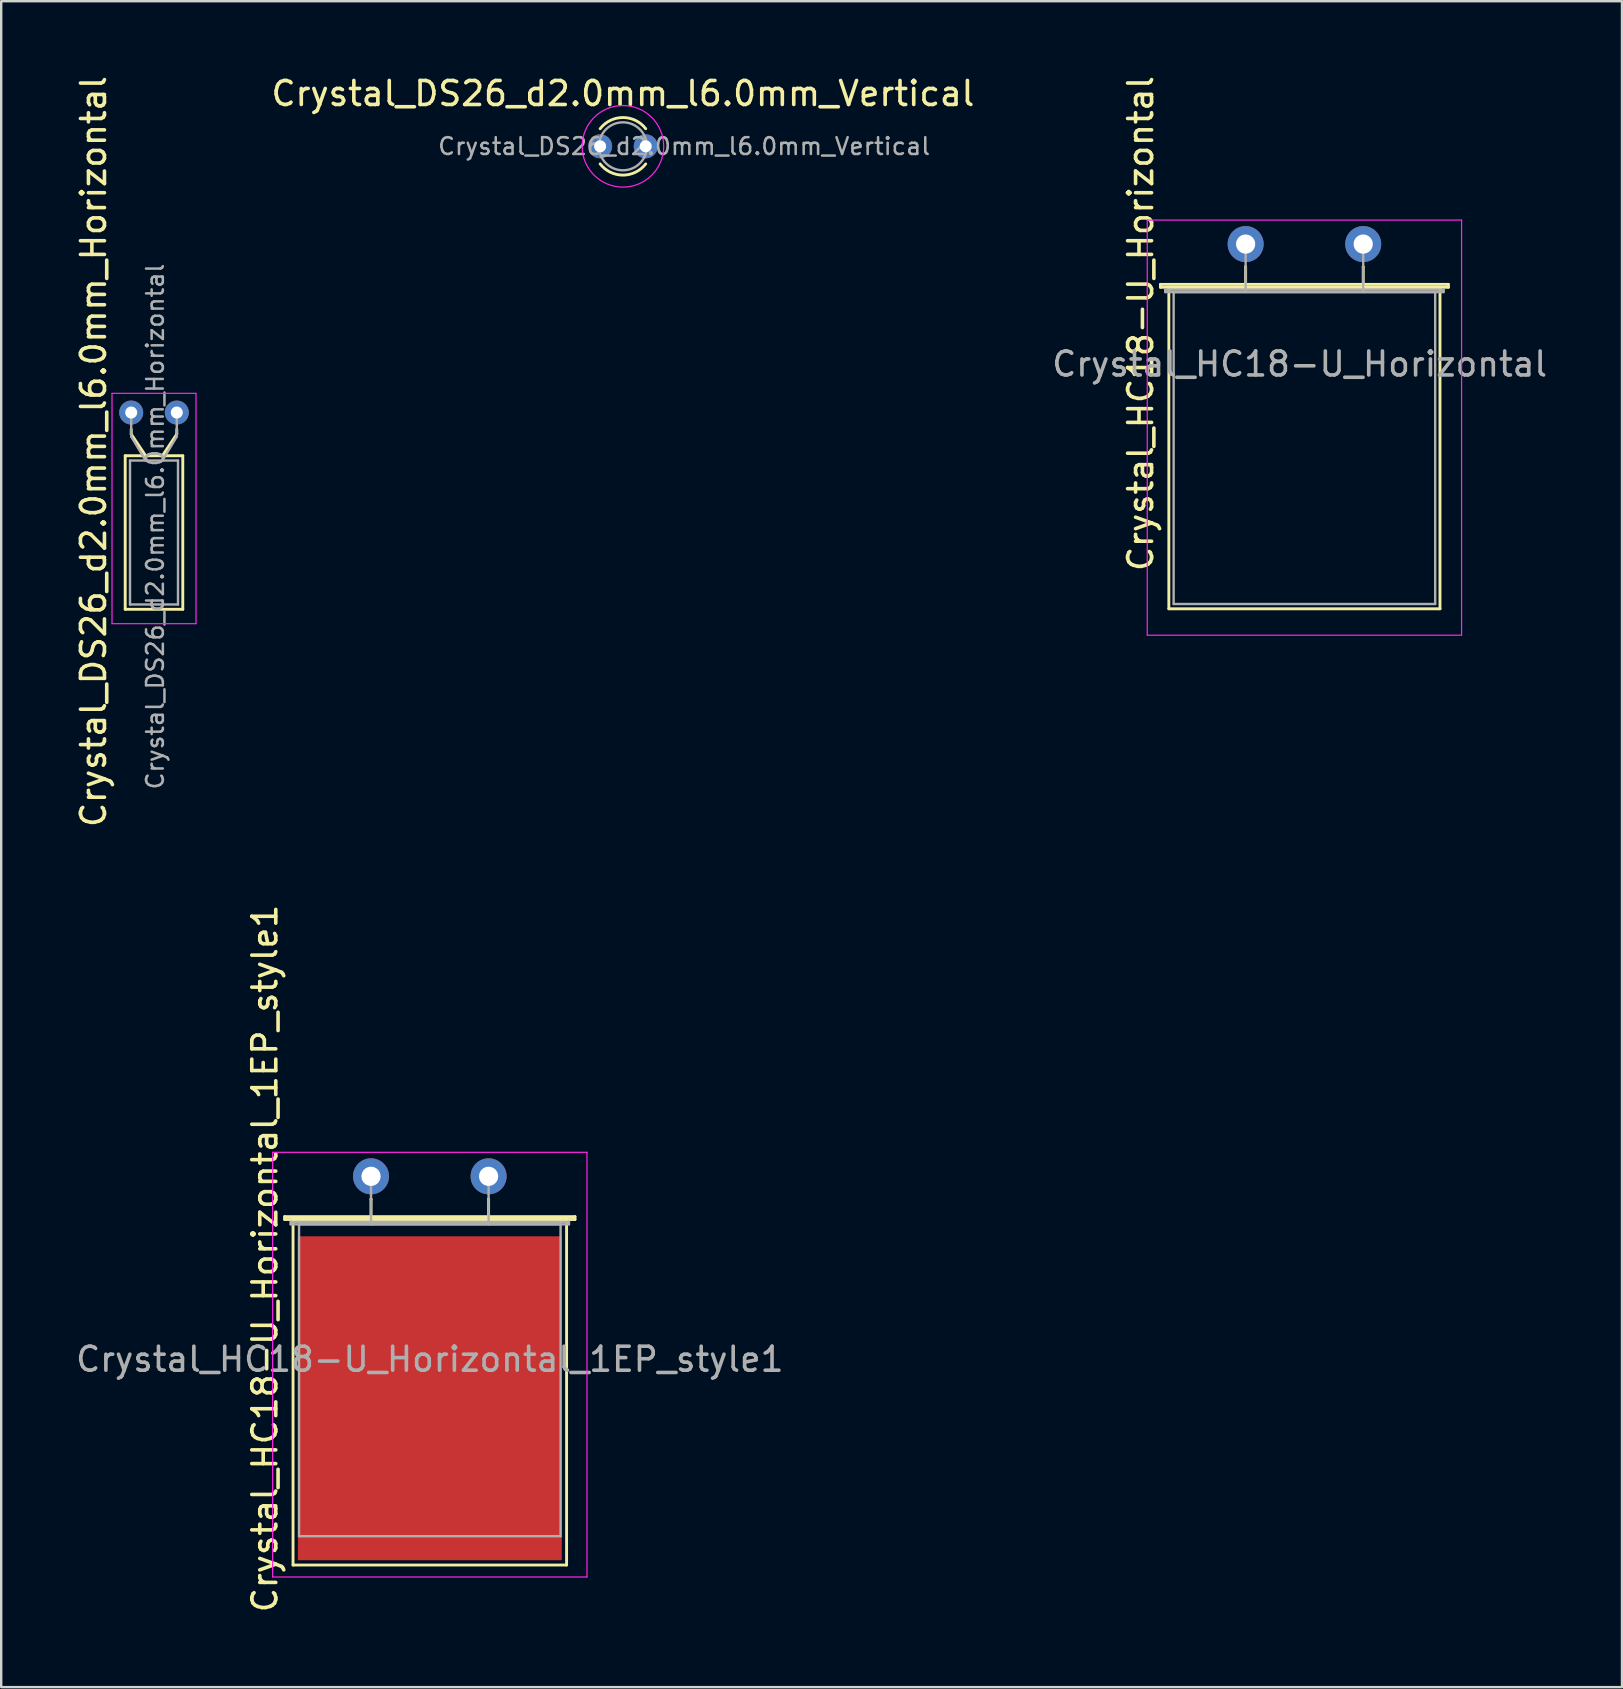
<source format=kicad_pcb>
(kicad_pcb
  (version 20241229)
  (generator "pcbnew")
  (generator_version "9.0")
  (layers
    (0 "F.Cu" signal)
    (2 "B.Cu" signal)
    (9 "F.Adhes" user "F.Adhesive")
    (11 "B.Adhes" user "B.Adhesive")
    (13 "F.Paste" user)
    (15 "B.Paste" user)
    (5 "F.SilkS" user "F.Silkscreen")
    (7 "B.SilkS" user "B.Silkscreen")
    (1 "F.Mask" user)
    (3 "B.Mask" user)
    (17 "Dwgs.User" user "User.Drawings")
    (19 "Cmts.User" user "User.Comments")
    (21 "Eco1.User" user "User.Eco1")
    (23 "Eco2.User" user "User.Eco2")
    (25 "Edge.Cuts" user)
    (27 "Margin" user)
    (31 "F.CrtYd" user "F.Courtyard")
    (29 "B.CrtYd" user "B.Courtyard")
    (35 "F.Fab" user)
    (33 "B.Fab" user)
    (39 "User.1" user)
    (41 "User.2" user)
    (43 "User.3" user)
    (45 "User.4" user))
  (footprint "Crystal_DS26_d2.0mm_l6.0mm_Horizontal"
    (layer "F.Cu")
    (at 2.418 14.143)
    (property "Reference" "Crystal_DS26_d2.0mm_l6.0mm_Horizontal" (at -1.57 1.625 90) (layer "F.SilkS") (effects (font (size 1 1) (thickness 0.15))))
    (attr through_hole)
    (fp_line (start -0.25 1.8) (end -0.25 8.2) (stroke (width 0.12) (type solid)) (layer "F.SilkS"))
    (fp_line (start -0.25 8.2) (end 2.15 8.2) (stroke (width 0.12) (type solid)) (layer "F.SilkS"))
    (fp_line (start 0 0.9) (end 0 0.7) (stroke (width 0.12) (type solid)) (layer "F.SilkS"))
    (fp_line (start 0.6 1.8) (end 0 0.9) (stroke (width 0.12) (type solid)) (layer "F.SilkS"))
    (fp_line (start 1.3 1.8) (end 1.9 0.9) (stroke (width 0.12) (type solid)) (layer "F.SilkS"))
    (fp_line (start 1.9 0.9) (end 1.9 0.7) (stroke (width 0.12) (type solid)) (layer "F.SilkS"))
    (fp_line (start 2.15 1.8) (end -0.25 1.8) (stroke (width 0.12) (type solid)) (layer "F.SilkS"))
    (fp_line (start 2.15 8.2) (end 2.15 1.8) (stroke (width 0.12) (type solid)) (layer "F.SilkS"))
    (fp_line (start -0.8 -0.8) (end -0.8 8.8) (stroke (width 0.05) (type solid)) (layer "F.CrtYd"))
    (fp_line (start -0.8 8.8) (end 2.7 8.8) (stroke (width 0.05) (type solid)) (layer "F.CrtYd"))
    (fp_line (start 2.7 -0.8) (end -0.8 -0.8) (stroke (width 0.05) (type solid)) (layer "F.CrtYd"))
    (fp_line (start 2.7 8.8) (end 2.7 -0.8) (stroke (width 0.05) (type solid)) (layer "F.CrtYd"))
    (fp_line (start -0.05 2) (end -0.05 8) (stroke (width 0.1) (type solid)) (layer "F.Fab"))
    (fp_line (start -0.05 8) (end 1.95 8) (stroke (width 0.1) (type solid)) (layer "F.Fab"))
    (fp_line (start 0 1) (end 0 0) (stroke (width 0.1) (type solid)) (layer "F.Fab"))
    (fp_line (start 0.6 2) (end 0 1) (stroke (width 0.1) (type solid)) (layer "F.Fab"))
    (fp_line (start 1.3 2) (end 1.9 1) (stroke (width 0.1) (type solid)) (layer "F.Fab"))
    (fp_line (start 1.9 1) (end 1.9 0) (stroke (width 0.1) (type solid)) (layer "F.Fab"))
    (fp_line (start 1.95 2) (end -0.05 2) (stroke (width 0.1) (type solid)) (layer "F.Fab"))
    (fp_line (start 1.95 8) (end 1.95 2) (stroke (width 0.1) (type solid)) (layer "F.Fab"))
    (fp_text user "${REFERENCE}" (at 1 4.75 90) (layer "F.Fab") (effects (font (size 0.7 0.7) (thickness 0.105))))
    (pad "1" thru_hole circle (at 0 0) (size 1 1) (drill 0.5) (layers "*.Cu" "*.Mask"))
    (pad "2" thru_hole circle (at 1.9 0) (size 1 1) (drill 0.5) (layers "*.Cu" "*.Mask")))
  (footprint "Crystal_HC18-U_Horizontal"
    (layer "F.Cu")
    (at 48.863 7.122)
    (property "Reference" "Crystal_HC18-U_Horizontal" (at -4.375 3.312 90) (layer "F.SilkS") (effects (font (size 1 1) (thickness 0.15))))
    (attr through_hole)
    (fp_line (start -3.55 1.68) (end 8.45 1.68) (stroke (width 0.12) (type solid)) (layer "F.SilkS"))
    (fp_line (start -3.55 1.8) (end -3.55 1.68) (stroke (width 0.12) (type solid)) (layer "F.SilkS"))
    (fp_line (start -3.2 1.8) (end -3.2 15.2) (stroke (width 0.12) (type solid)) (layer "F.SilkS"))
    (fp_line (start -3.2 15.2) (end 8.1 15.2) (stroke (width 0.12) (type solid)) (layer "F.SilkS"))
    (fp_line (start 0 0.95) (end 0 0.95) (stroke (width 0.12) (type solid)) (layer "F.SilkS"))
    (fp_line (start 0 1.8) (end 0 0.95) (stroke (width 0.12) (type solid)) (layer "F.SilkS"))
    (fp_line (start 4.9 0.95) (end 4.9 0.95) (stroke (width 0.12) (type solid)) (layer "F.SilkS"))
    (fp_line (start 4.9 1.8) (end 4.9 0.95) (stroke (width 0.12) (type solid)) (layer "F.SilkS"))
    (fp_line (start 8.1 1.8) (end -3.2 1.8) (stroke (width 0.12) (type solid)) (layer "F.SilkS"))
    (fp_line (start 8.1 15.2) (end 8.1 1.8) (stroke (width 0.12) (type solid)) (layer "F.SilkS"))
    (fp_line (start 8.45 1.68) (end 8.45 1.8) (stroke (width 0.12) (type solid)) (layer "F.SilkS"))
    (fp_line (start 8.45 1.8) (end -3.55 1.8) (stroke (width 0.12) (type solid)) (layer "F.SilkS"))
    (fp_line (start -4.1 -1) (end -4.1 16.3) (stroke (width 0.05) (type solid)) (layer "F.CrtYd"))
    (fp_line (start -4.1 16.3) (end 9 16.3) (stroke (width 0.05) (type solid)) (layer "F.CrtYd"))
    (fp_line (start 9 -1) (end -4.1 -1) (stroke (width 0.05) (type solid)) (layer "F.CrtYd"))
    (fp_line (start 9 16.3) (end 9 -1) (stroke (width 0.05) (type solid)) (layer "F.CrtYd"))
    (fp_line (start -3.35 1.9) (end 8.25 1.9) (stroke (width 0.1) (type solid)) (layer "F.Fab"))
    (fp_line (start -3.35 2) (end -3.35 1.9) (stroke (width 0.1) (type solid)) (layer "F.Fab"))
    (fp_line (start -3 2) (end -3 15) (stroke (width 0.1) (type solid)) (layer "F.Fab"))
    (fp_line (start -3 15) (end 7.9 15) (stroke (width 0.1) (type solid)) (layer "F.Fab"))
    (fp_line (start 0 1) (end 0 0) (stroke (width 0.1) (type solid)) (layer "F.Fab"))
    (fp_line (start 0 2) (end 0 1) (stroke (width 0.1) (type solid)) (layer "F.Fab"))
    (fp_line (start 4.9 1) (end 4.9 0) (stroke (width 0.1) (type solid)) (layer "F.Fab"))
    (fp_line (start 4.9 2) (end 4.9 1) (stroke (width 0.1) (type solid)) (layer "F.Fab"))
    (fp_line (start 7.9 2) (end -3 2) (stroke (width 0.1) (type solid)) (layer "F.Fab"))
    (fp_line (start 7.9 15) (end 7.9 2) (stroke (width 0.1) (type solid)) (layer "F.Fab"))
    (fp_line (start 8.25 1.9) (end 8.25 2) (stroke (width 0.1) (type solid)) (layer "F.Fab"))
    (fp_line (start 8.25 2) (end -3.35 2) (stroke (width 0.1) (type solid)) (layer "F.Fab"))
    (fp_text user "${REFERENCE}" (at 2.25 5 0) (layer "F.Fab") (effects (font (size 1 1) (thickness 0.15))))
    (pad "1" thru_hole circle (at 0 0) (size 1.5 1.5) (drill 0.8) (layers "*.Cu" "*.Mask"))
    (pad "2" thru_hole circle (at 4.9 0) (size 1.5 1.5) (drill 0.8) (layers "*.Cu" "*.Mask")))
  (footprint "Crystal_HC18-U_Horizontal_1EP_style1"
    (layer "F.Cu")
    (at 12.413 45.974)
    (property "Reference" "Crystal_HC18-U_Horizontal_1EP_style1" (at -4.425 3.425 90) (layer "F.SilkS") (effects (font (size 1 1) (thickness 0.15))))
    (attr through_hole)
    (fp_line (start -3.6 1.68) (end 8.5 1.68) (stroke (width 0.12) (type solid)) (layer "F.SilkS"))
    (fp_line (start -3.6 1.8) (end -3.6 1.68) (stroke (width 0.12) (type solid)) (layer "F.SilkS"))
    (fp_line (start -3.25 1.8) (end -3.25 16.2) (stroke (width 0.12) (type solid)) (layer "F.SilkS"))
    (fp_line (start -3.25 16.2) (end 8.15 16.2) (stroke (width 0.12) (type solid)) (layer "F.SilkS"))
    (fp_line (start 0 0.95) (end 0 0.95) (stroke (width 0.12) (type solid)) (layer "F.SilkS"))
    (fp_line (start 0 1.8) (end 0 0.95) (stroke (width 0.12) (type solid)) (layer "F.SilkS"))
    (fp_line (start 4.9 0.95) (end 4.9 0.95) (stroke (width 0.12) (type solid)) (layer "F.SilkS"))
    (fp_line (start 4.9 1.8) (end 4.9 0.95) (stroke (width 0.12) (type solid)) (layer "F.SilkS"))
    (fp_line (start 8.15 1.8) (end -3.25 1.8) (stroke (width 0.12) (type solid)) (layer "F.SilkS"))
    (fp_line (start 8.15 16.2) (end 8.15 1.8) (stroke (width 0.12) (type solid)) (layer "F.SilkS"))
    (fp_line (start 8.5 1.68) (end 8.5 1.8) (stroke (width 0.12) (type solid)) (layer "F.SilkS"))
    (fp_line (start 8.5 1.8) (end -3.6 1.8) (stroke (width 0.12) (type solid)) (layer "F.SilkS"))
    (fp_line (start -4.1 -1) (end -4.1 16.7) (stroke (width 0.05) (type solid)) (layer "F.CrtYd"))
    (fp_line (start -4.1 16.7) (end 9 16.7) (stroke (width 0.05) (type solid)) (layer "F.CrtYd"))
    (fp_line (start 9 -1) (end -4.1 -1) (stroke (width 0.05) (type solid)) (layer "F.CrtYd"))
    (fp_line (start 9 16.7) (end 9 -1) (stroke (width 0.05) (type solid)) (layer "F.CrtYd"))
    (fp_line (start -3.35 1.9) (end 8.25 1.9) (stroke (width 0.1) (type solid)) (layer "F.Fab"))
    (fp_line (start -3.35 2) (end -3.35 1.9) (stroke (width 0.1) (type solid)) (layer "F.Fab"))
    (fp_line (start -3 2) (end -3 15) (stroke (width 0.1) (type solid)) (layer "F.Fab"))
    (fp_line (start -3 15) (end 7.9 15) (stroke (width 0.1) (type solid)) (layer "F.Fab"))
    (fp_line (start 0 1) (end 0 0) (stroke (width 0.1) (type solid)) (layer "F.Fab"))
    (fp_line (start 0 2) (end 0 1) (stroke (width 0.1) (type solid)) (layer "F.Fab"))
    (fp_line (start 4.9 1) (end 4.9 0) (stroke (width 0.1) (type solid)) (layer "F.Fab"))
    (fp_line (start 4.9 2) (end 4.9 1) (stroke (width 0.1) (type solid)) (layer "F.Fab"))
    (fp_line (start 7.9 2) (end -3 2) (stroke (width 0.1) (type solid)) (layer "F.Fab"))
    (fp_line (start 7.9 15) (end 7.9 2) (stroke (width 0.1) (type solid)) (layer "F.Fab"))
    (fp_line (start 8.25 1.9) (end 8.25 2) (stroke (width 0.1) (type solid)) (layer "F.Fab"))
    (fp_line (start 8.25 2) (end -3.35 2) (stroke (width 0.1) (type solid)) (layer "F.Fab"))
    (fp_text user "${REFERENCE}" (at 2.45 7.625 0) (layer "F.Fab") (effects (font (size 1 1) (thickness 0.15))))
    (pad "1" thru_hole circle (at 0 0) (size 1.5 1.5) (drill 0.8) (layers "*.Cu" "*.Mask"))
    (pad "2" thru_hole circle (at 4.9 0) (size 1.5 1.5) (drill 0.8) (layers "*.Cu" "*.Mask"))
    (pad "3" smd rect (at 2.45 9.25) (size 11 13.5) (layers "F.Cu" "F.Mask" "F.Paste")))
  (footprint "Crystal_DS26_d2.0mm_l6.0mm_Vertical"
    (layer "F.Cu")
    (at 21.961 3.048)
    (property "Reference" "Crystal_DS26_d2.0mm_l6.0mm_Vertical" (at 0.95 -2.2 0) (layer "F.SilkS") (effects (font (size 1 1) (thickness 0.15))))
    (attr through_hole)
    (fp_arc (start 0 -0.733144) (mid 0.950178 -1.2) (end 1.900217 -0.732863) (stroke (width 0.12) (type solid)) (layer "F.SilkS"))
    (fp_arc (start 1.900217 0.732863) (mid 0.950178 1.2) (end 0 0.733144) (stroke (width 0.12) (type solid)) (layer "F.SilkS"))
    (fp_circle (center 0.95 0) (end 2.65 0) (stroke (width 0.05) (type solid)) (fill no) (layer "F.CrtYd"))
    (fp_circle (center 0.95 0) (end 1.95 0) (stroke (width 0.1) (type solid)) (fill no) (layer "F.Fab"))
    (fp_text user "${REFERENCE}" (at 3.5 0 0) (layer "F.Fab") (effects (font (size 0.7 0.7) (thickness 0.105))))
    (pad "1" thru_hole circle (at 0 0) (size 1 1) (drill 0.5) (layers "*.Cu" "*.Mask"))
    (pad "2" thru_hole circle (at 1.9 0) (size 1 1) (drill 0.5) (layers "*.Cu" "*.Mask")))
  (gr_rect
    (start -3 -3)
    (end 64.548 67.262)
    (stroke (width 0.1) (type default))
    (fill no)
    (layer "Edge.Cuts")))
</source>
